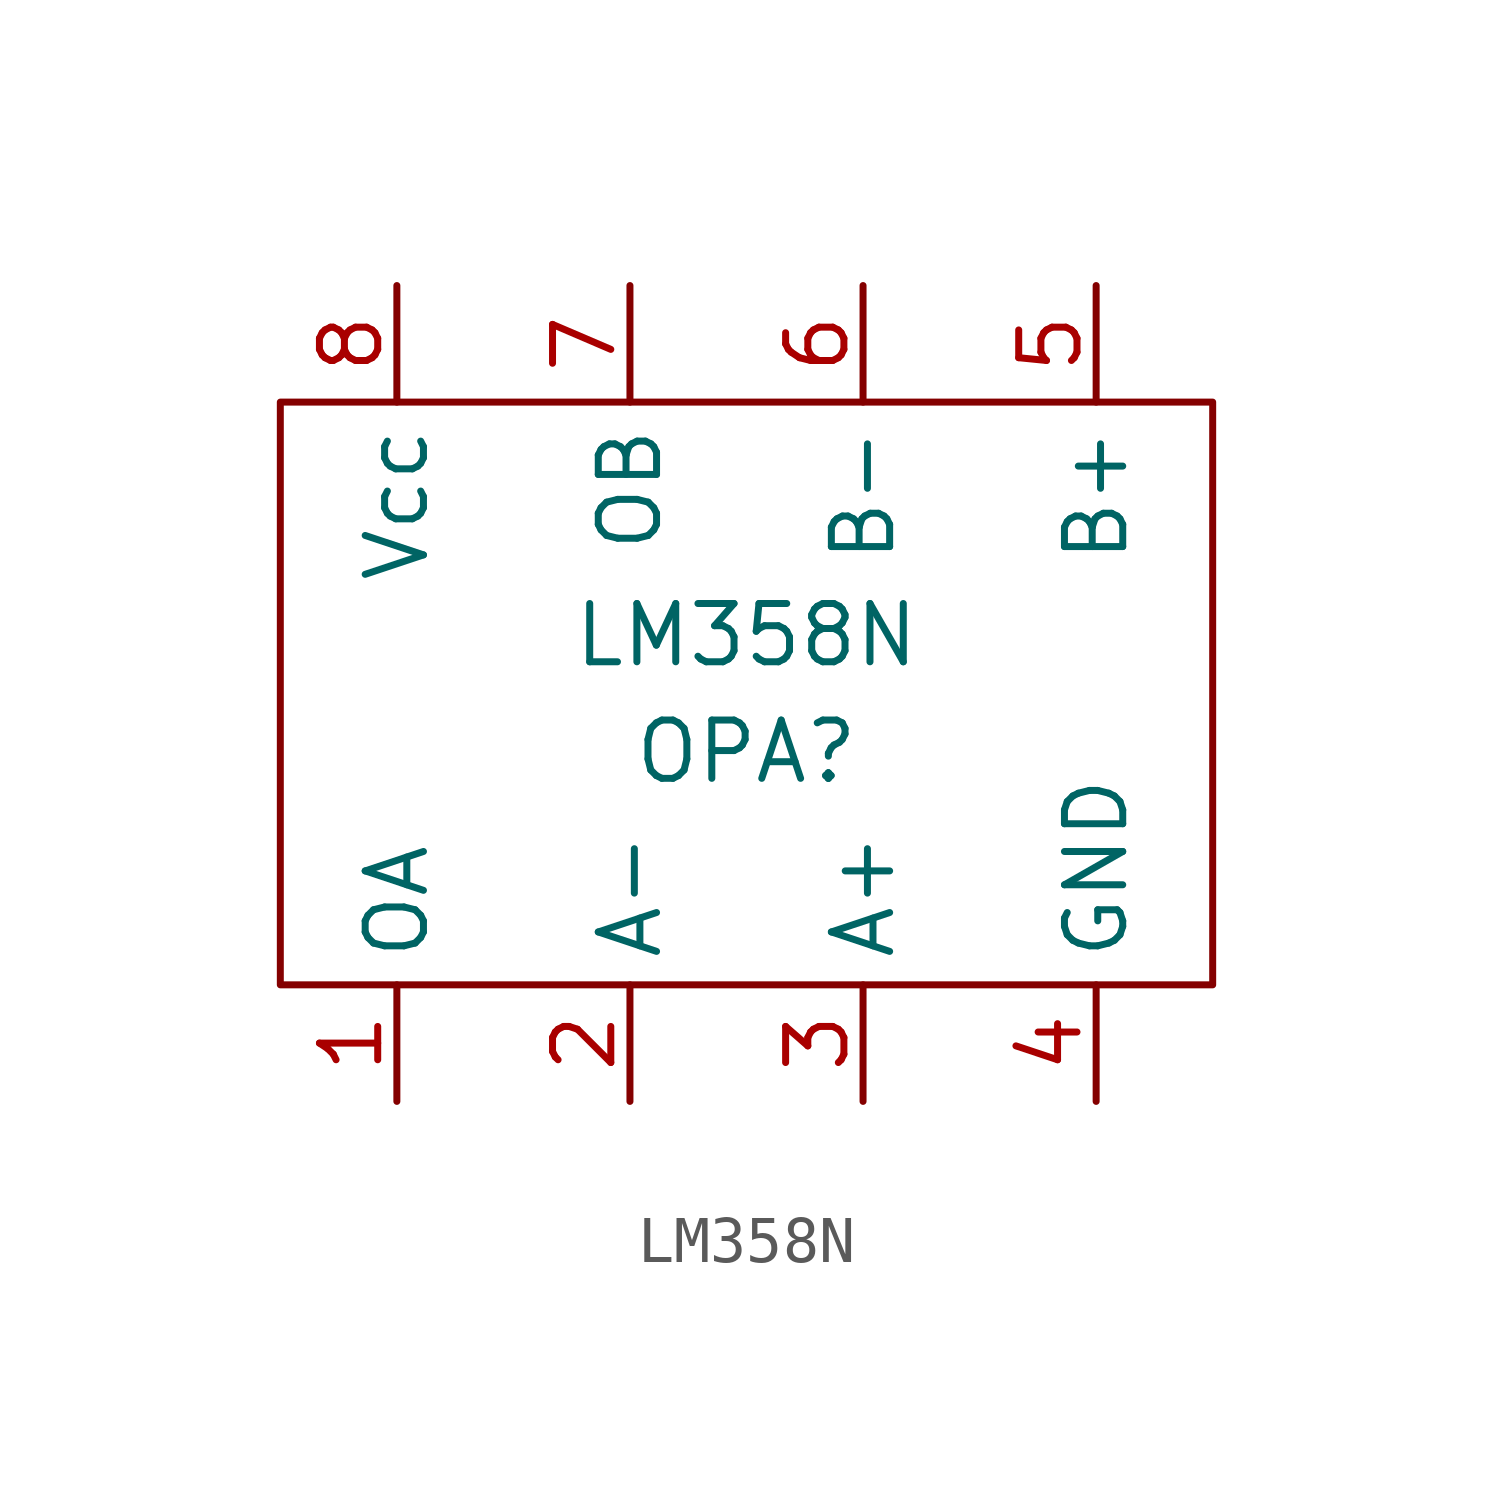
<source format=kicad_sym>
(kicad_symbol_lib
  (version 20211014)
  (generator kicad_symbol_editor)
  (symbol "LM358N"
    (property "Reference" "OPA"
      (at 0 -1.27 0)
      (effects (font (size 1.27 1.27))))
    (property "Value" "LM358N"
      (at 0 1.27 0)
      (effects (font (size 1.27 1.27))))
    (symbol "LM358N_0_1"
      (rectangle (start -10.16 6.35) (end 10.16 -6.35) (stroke (width 0.152) (type default) (color 0 0 0 0)) (fill (type none))))
    (symbol "LM358N_1_1"
      (pin output line (at -7.62 -8.89 90) (length 2.54) (name "OA" (effects (font (size 1.27 1.27)))) (number "1" (effects (font (size 1.27 1.27)))))
      (pin input line (at -2.54 -8.89 90) (length 2.54) (name "A-" (effects (font (size 1.27 1.27)))) (number "2" (effects (font (size 1.27 1.27)))))
      (pin input line (at 2.54 -8.89 90) (length 2.54) (name "A+" (effects (font (size 1.27 1.27)))) (number "3" (effects (font (size 1.27 1.27)))))
      (pin power_out line (at 7.62 -8.89 90) (length 2.54) (name "GND" (effects (font (size 1.27 1.27)))) (number "4" (effects (font (size 1.27 1.27)))))
      (pin input line (at 7.62 8.89 270) (length 2.54) (name "B+" (effects (font (size 1.27 1.27)))) (number "5" (effects (font (size 1.27 1.27)))))
      (pin input line (at 2.54 8.89 270) (length 2.54) (name "B-" (effects (font (size 1.27 1.27)))) (number "6" (effects (font (size 1.27 1.27)))))
      (pin output line (at -2.54 8.89 270) (length 2.54) (name "OB" (effects (font (size 1.27 1.27)))) (number "7" (effects (font (size 1.27 1.27)))))
      (pin power_in line (at -7.62 8.89 270) (length 2.54) (name "Vcc" (effects (font (size 1.27 1.27)))) (number "8" (effects (font (size 1.27 1.27))))))))
</source>
